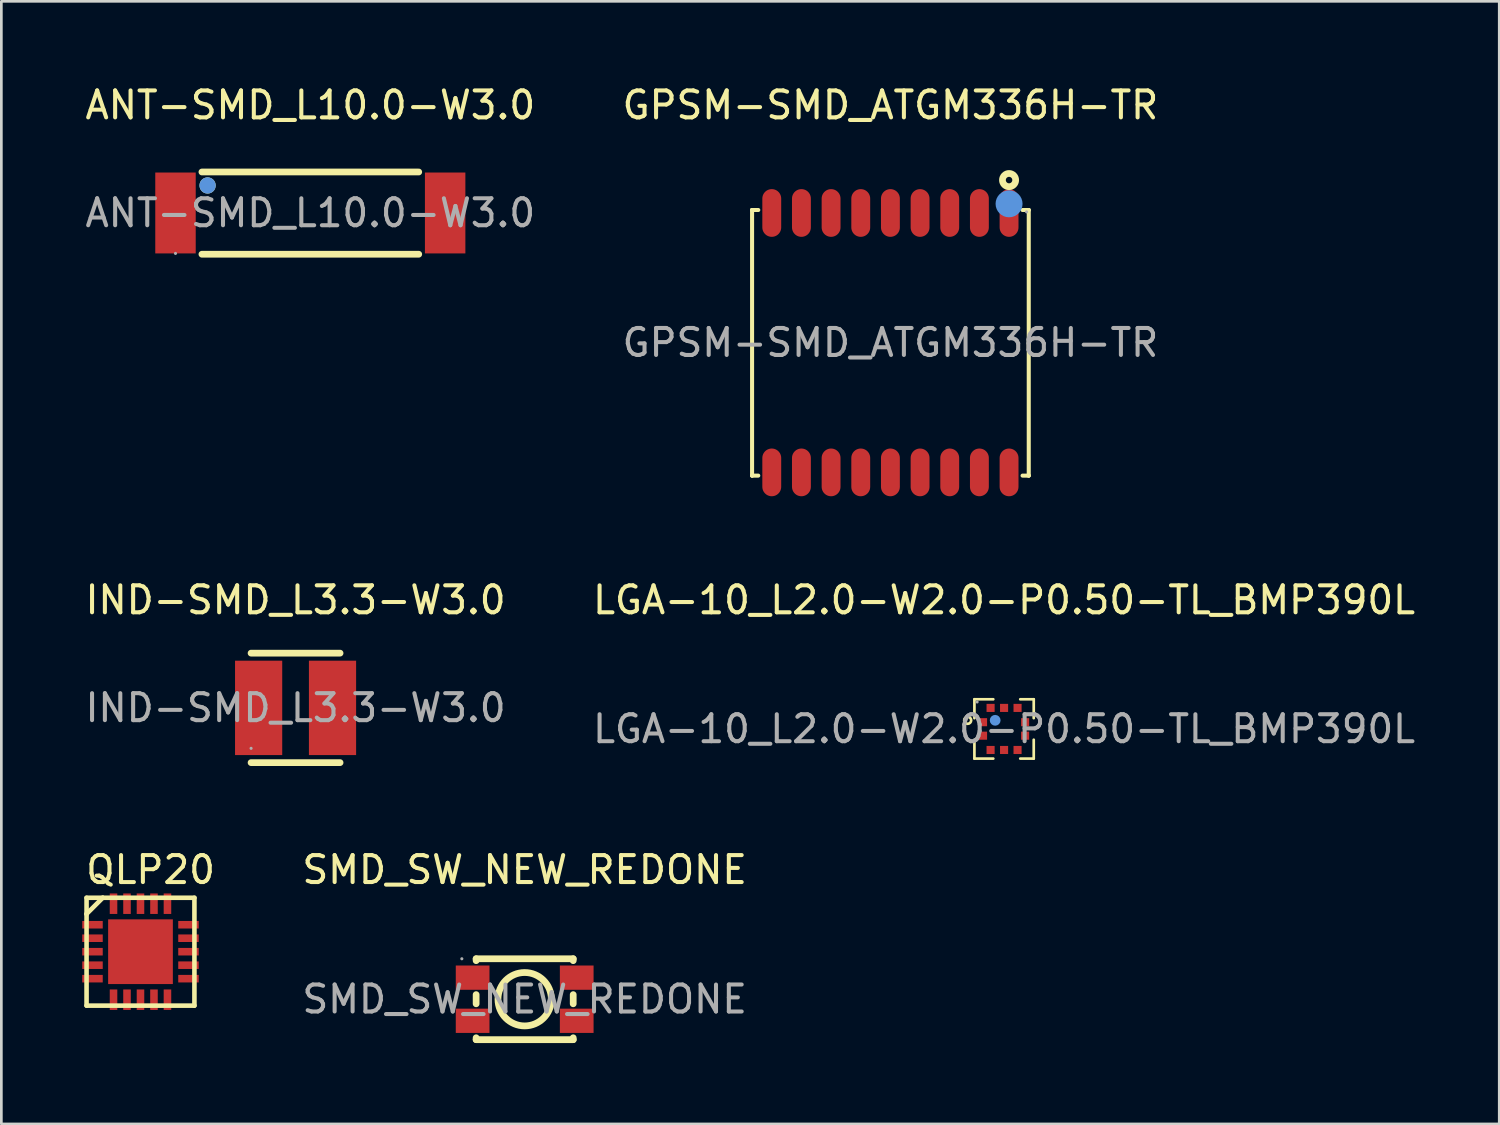
<source format=kicad_pcb>
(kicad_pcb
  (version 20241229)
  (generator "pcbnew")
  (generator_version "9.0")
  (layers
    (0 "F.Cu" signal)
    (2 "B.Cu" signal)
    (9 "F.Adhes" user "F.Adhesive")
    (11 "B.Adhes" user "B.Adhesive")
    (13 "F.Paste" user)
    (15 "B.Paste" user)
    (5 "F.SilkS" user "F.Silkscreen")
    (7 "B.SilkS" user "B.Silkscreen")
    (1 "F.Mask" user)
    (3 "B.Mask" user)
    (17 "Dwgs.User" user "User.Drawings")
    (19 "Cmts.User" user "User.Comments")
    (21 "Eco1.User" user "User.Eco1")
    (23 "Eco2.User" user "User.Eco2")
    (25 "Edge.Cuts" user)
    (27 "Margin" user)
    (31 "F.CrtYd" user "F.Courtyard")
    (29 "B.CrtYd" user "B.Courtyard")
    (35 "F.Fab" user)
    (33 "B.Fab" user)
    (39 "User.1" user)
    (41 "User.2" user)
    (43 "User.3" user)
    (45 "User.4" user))
  (footprint "LGA-10_L2.0-W2.0-P0.50-TL_BMP390L"
    (layer "F.Cu")
    (at 34.185 23.982)
    (property "Reference" "LGA-10_L2.0-W2.0-P0.50-TL_BMP390L" (at 0 -4.78 0) (layer "F.SilkS") (effects (font (size 1 1) (thickness 0.15))))
    (attr smd)
    (fp_line (start -1.1 -1.1) (end -1.1 -0.4) (stroke (width 0.1) (type solid)) (layer "F.SilkS"))
    (fp_line (start -1.1 0.4) (end -1.1 1.1) (stroke (width 0.1) (type solid)) (layer "F.SilkS"))
    (fp_line (start -1.1 1.1) (end -0.4 1.1) (stroke (width 0.1) (type solid)) (layer "F.SilkS"))
    (fp_line (start -0.4 -1.1) (end -1.1 -1.1) (stroke (width 0.1) (type solid)) (layer "F.SilkS"))
    (fp_line (start 1.1 -1.1) (end 0.6 -1.1) (stroke (width 0.1) (type solid)) (layer "F.SilkS"))
    (fp_line (start 1.1 -0.4) (end 1.1 -1.1) (stroke (width 0.1) (type solid)) (layer "F.SilkS"))
    (fp_line (start 1.1 0.4) (end 1.1 1.1) (stroke (width 0.1) (type solid)) (layer "F.SilkS"))
    (fp_line (start 1.1 1.1) (end 0.6 1.1) (stroke (width 0.1) (type solid)) (layer "F.SilkS"))
    (fp_circle (center -1.35 -0.32) (end -1.22 -0.32) (stroke (width 0.1) (type solid)) (fill no) (layer "F.SilkS"))
    (fp_circle (center -0.33 -0.32) (end -0.23 -0.32) (stroke (width 0.2) (type solid)) (fill no) (layer "Cmts.User"))
    (fp_circle (center -1 -1) (end -0.97 -1) (stroke (width 0.06) (type solid)) (fill no) (layer "F.Fab"))
    (fp_text user "${REFERENCE}" (at 0 0 0) (layer "F.Fab") (effects (font (size 1 1) (thickness 0.15))))
    (pad "1" smd rect (at -0.78 -0.25 90) (size 0.3 0.3) (layers "F.Cu" "F.Mask" "F.Paste"))
    (pad "2" smd rect (at -0.78 0.25 90) (size 0.3 0.3) (layers "F.Cu" "F.Mask" "F.Paste"))
    (pad "3" smd rect (at -0.5 0.78 90) (size 0.3 0.3) (layers "F.Cu" "F.Mask" "F.Paste"))
    (pad "4" smd rect (at 0 0.78 90) (size 0.3 0.3) (layers "F.Cu" "F.Mask" "F.Paste"))
    (pad "5" smd rect (at 0.5 0.78 90) (size 0.3 0.3) (layers "F.Cu" "F.Mask" "F.Paste"))
    (pad "6" smd rect (at 0.78 0.25 90) (size 0.3 0.3) (layers "F.Cu" "F.Mask" "F.Paste"))
    (pad "7" smd rect (at 0.78 -0.25 90) (size 0.3 0.3) (layers "F.Cu" "F.Mask" "F.Paste"))
    (pad "8" smd rect (at 0.5 -0.78 90) (size 0.3 0.3) (layers "F.Cu" "F.Mask" "F.Paste"))
    (pad "9" smd rect (at 0 -0.78 90) (size 0.3 0.3) (layers "F.Cu" "F.Mask" "F.Paste"))
    (pad "10" smd rect (at -0.5 -0.78 90) (size 0.3 0.3) (layers "F.Cu" "F.Mask" "F.Paste")))
  (footprint "ANT-SMD_L10.0-W3.0"
    (layer "F.Cu")
    (at 8.458 4.848)
    (property "Reference" "ANT-SMD_L10.0-W3.0" (at 0 -4 0) (layer "F.SilkS") (effects (font (size 1 1) (thickness 0.15))))
    (attr smd)
    (fp_line (start -4.02 -1.52) (end 4.02 -1.52) (stroke (width 0.25) (type solid)) (layer "F.SilkS"))
    (fp_line (start -4.02 1.53) (end 4.02 1.53) (stroke (width 0.25) (type solid)) (layer "F.SilkS"))
    (fp_circle (center -3.81 -1.02) (end -3.66 -1.02) (stroke (width 0.3) (type solid)) (fill no) (layer "F.SilkS"))
    (fp_circle (center -3.81 -1.02) (end -3.66 -1.02) (stroke (width 0.3) (type solid)) (fill no) (layer "Cmts.User"))
    (fp_circle (center -5 1.5) (end -4.97 1.5) (stroke (width 0.06) (type solid)) (fill no) (layer "F.Fab"))
    (fp_text user "${REFERENCE}" (at 0 0 0) (layer "F.Fab") (effects (font (size 1 1) (thickness 0.15))))
    (pad "1" smd rect (at -5 0) (size 1.5 3) (layers "F.Cu" "F.Mask" "F.Paste"))
    (pad "2" smd rect (at 5 0) (size 1.5 3) (layers "F.Cu" "F.Mask" "F.Paste")))
  (footprint "GPSM-SMD_ATGM336H-TR"
    (layer "F.Cu")
    (at 29.97 9.658)
    (property "Reference" "GPSM-SMD_ATGM336H-TR" (at 0 -8.81 0) (layer "F.SilkS") (effects (font (size 1 1) (thickness 0.15))))
    (attr smd)
    (fp_line (start -5.13 -4.92) (end -5.13 -4.92) (stroke (width 0.15) (type solid)) (layer "F.SilkS"))
    (fp_line (start -5.13 -4.92) (end -5.13 4.93) (stroke (width 0.15) (type solid)) (layer "F.SilkS"))
    (fp_line (start -5.13 4.93) (end -5.13 4.93) (stroke (width 0.15) (type solid)) (layer "F.SilkS"))
    (fp_line (start -5.13 4.93) (end -4.9 4.93) (stroke (width 0.15) (type solid)) (layer "F.SilkS"))
    (fp_line (start -4.9 -4.92) (end -5.13 -4.92) (stroke (width 0.15) (type solid)) (layer "F.SilkS"))
    (fp_line (start 4.9 -4.92) (end 5.13 -4.92) (stroke (width 0.15) (type solid)) (layer "F.SilkS"))
    (fp_line (start 5.13 -4.92) (end 5.13 -4.92) (stroke (width 0.15) (type solid)) (layer "F.SilkS"))
    (fp_line (start 5.13 -4.92) (end 5.13 4.93) (stroke (width 0.15) (type solid)) (layer "F.SilkS"))
    (fp_line (start 5.13 4.93) (end 4.9 4.93) (stroke (width 0.15) (type solid)) (layer "F.SilkS"))
    (fp_line (start 5.13 4.93) (end 5.13 4.93) (stroke (width 0.15) (type solid)) (layer "F.SilkS"))
    (fp_circle (center 4.4 -6.03) (end 4.52 -6.03) (stroke (width 0.25) (type solid)) (fill no) (layer "F.SilkS"))
    (fp_circle (center 4.4 -5.15) (end 4.65 -5.15) (stroke (width 0.5) (type solid)) (fill no) (layer "Cmts.User"))
    (fp_circle (center 5.05 -4.85) (end 5.08 -4.85) (stroke (width 0.06) (type solid)) (fill no) (layer "F.Fab"))
    (fp_text user "${REFERENCE}" (at 0 0 0) (layer "F.Fab") (effects (font (size 1 1) (thickness 0.15))))
    (pad "1" smd oval (at 4.4 -4.81 180) (size 0.7 1.77) (layers "F.Cu" "F.Mask" "F.Paste"))
    (pad "2" smd oval (at 3.3 -4.81 180) (size 0.7 1.77) (layers "F.Cu" "F.Mask" "F.Paste"))
    (pad "3" smd oval (at 2.2 -4.81 180) (size 0.7 1.77) (layers "F.Cu" "F.Mask" "F.Paste"))
    (pad "4" smd oval (at 1.1 -4.81 180) (size 0.7 1.77) (layers "F.Cu" "F.Mask" "F.Paste"))
    (pad "5" smd oval (at 0 -4.81 180) (size 0.7 1.77) (layers "F.Cu" "F.Mask" "F.Paste"))
    (pad "6" smd oval (at -1.1 -4.81 180) (size 0.7 1.77) (layers "F.Cu" "F.Mask" "F.Paste"))
    (pad "7" smd oval (at -2.2 -4.81 180) (size 0.7 1.77) (layers "F.Cu" "F.Mask" "F.Paste"))
    (pad "8" smd oval (at -3.3 -4.81 180) (size 0.7 1.77) (layers "F.Cu" "F.Mask" "F.Paste"))
    (pad "9" smd oval (at -4.4 -4.81 180) (size 0.7 1.77) (layers "F.Cu" "F.Mask" "F.Paste"))
    (pad "10" smd oval (at -4.4 4.81 180) (size 0.7 1.77) (layers "F.Cu" "F.Mask" "F.Paste"))
    (pad "11" smd oval (at -3.3 4.81 180) (size 0.7 1.77) (layers "F.Cu" "F.Mask" "F.Paste"))
    (pad "12" smd oval (at -2.2 4.81 180) (size 0.7 1.77) (layers "F.Cu" "F.Mask" "F.Paste"))
    (pad "13" smd oval (at -1.1 4.81 180) (size 0.7 1.77) (layers "F.Cu" "F.Mask" "F.Paste"))
    (pad "14" smd oval (at 0 4.81 180) (size 0.7 1.77) (layers "F.Cu" "F.Mask" "F.Paste"))
    (pad "15" smd oval (at 1.1 4.81 180) (size 0.7 1.77) (layers "F.Cu" "F.Mask" "F.Paste"))
    (pad "16" smd oval (at 2.2 4.81 180) (size 0.7 1.77) (layers "F.Cu" "F.Mask" "F.Paste"))
    (pad "17" smd oval (at 3.3 4.81 180) (size 0.7 1.77) (layers "F.Cu" "F.Mask" "F.Paste"))
    (pad "18" smd oval (at 4.4 4.81 180) (size 0.7 1.77) (layers "F.Cu" "F.Mask" "F.Paste")))
  (footprint "IND-SMD_L3.3-W3.0"
    (layer "F.Cu")
    (at 7.911 23.201)
    (property "Reference" "IND-SMD_L3.3-W3.0" (at 0 -4 0) (layer "F.SilkS") (effects (font (size 1 1) (thickness 0.15))))
    (attr smd)
    (fp_line (start -1.65 -2.03) (end 1.65 -2.03) (stroke (width 0.25) (type solid)) (layer "F.SilkS"))
    (fp_line (start -1.65 2.03) (end 1.65 2.03) (stroke (width 0.25) (type solid)) (layer "F.SilkS"))
    (fp_circle (center -1.65 1.5) (end -1.62 1.5) (stroke (width 0.06) (type solid)) (fill no) (layer "F.Fab"))
    (fp_text user "${REFERENCE}" (at 0 0 0) (layer "F.Fab") (effects (font (size 1 1) (thickness 0.15))))
    (pad "1" smd rect (at -1.37 0) (size 1.75 3.5) (layers "F.Cu" "F.Mask" "F.Paste"))
    (pad "2" smd rect (at 1.37 0) (size 1.75 3.5) (layers "F.Cu" "F.Mask" "F.Paste")))
  (footprint "SMD_SW_NEW_REDONE"
    (layer "F.Cu")
    (at 16.407 34.005)
    (property "Reference" "SMD_SW_NEW_REDONE" (at 0 -4.8 0) (layer "F.SilkS") (effects (font (size 1 1) (thickness 0.15))))
    (attr smd)
    (fp_line (start -1.8 -1.5) (end -1.8 -1.43) (stroke (width 0.25) (type solid)) (layer "F.SilkS"))
    (fp_line (start -1.8 -1.5) (end 1.8 -1.5) (stroke (width 0.25) (type solid)) (layer "F.SilkS"))
    (fp_line (start -1.8 -0.17) (end -1.8 0.17) (stroke (width 0.25) (type solid)) (layer "F.SilkS"))
    (fp_line (start -1.8 1.43) (end -1.8 1.5) (stroke (width 0.25) (type solid)) (layer "F.SilkS"))
    (fp_line (start -1.8 1.5) (end 1.8 1.5) (stroke (width 0.25) (type solid)) (layer "F.SilkS"))
    (fp_line (start 1.8 -1.5) (end 1.8 -1.43) (stroke (width 0.25) (type solid)) (layer "F.SilkS"))
    (fp_line (start 1.8 -0.17) (end 1.8 0.17) (stroke (width 0.25) (type solid)) (layer "F.SilkS"))
    (fp_line (start 1.8 1.43) (end 1.8 1.5) (stroke (width 0.25) (type solid)) (layer "F.SilkS"))
    (fp_circle (center 0 0) (end 0.99 0) (stroke (width 0.25) (type solid)) (fill no) (layer "F.SilkS"))
    (fp_circle (center -2.33 -1.5) (end -2.3 -1.5) (stroke (width 0.06) (type solid)) (fill no) (layer "F.Fab"))
    (fp_text user "${REFERENCE}" (at 0 0 0) (layer "F.Fab") (effects (font (size 1 1) (thickness 0.15))))
    (pad "1" smd rect (at -1.93 -0.8 90) (size 0.9 1.25) (layers "F.Cu" "F.Mask" "F.Paste"))
    (pad "1" smd rect (at 1.93 -0.8 90) (size 0.9 1.25) (layers "F.Cu" "F.Mask" "F.Paste"))
    (pad "2" smd rect (at -1.93 0.8 90) (size 0.9 1.25) (layers "F.Cu" "F.Mask" "F.Paste"))
    (pad "2" smd rect (at 1.93 0.8 90) (size 0.9 1.25) (layers "F.Cu" "F.Mask" "F.Paste")))
  (footprint "QLP20"
    (layer "F.Cu")
    (at 2.16 32.243)
    (property "Reference" "QLP20" (at 0.375 -3.038 0) (layer "F.SilkS") (effects (font (size 1.001 1.001) (thickness 0.15))))
    (attr smd)
    (fp_line (start -2 -2) (end -1.4 -2) (stroke (width 0.17) (type solid)) (layer "F.SilkS"))
    (fp_line (start -2 -1.4) (end -2 -2) (stroke (width 0.17) (type solid)) (layer "F.SilkS"))
    (fp_line (start -2 -1.4) (end -1.4 -2) (stroke (width 0.17) (type solid)) (layer "F.SilkS"))
    (fp_line (start -2 2) (end -2 -1.4) (stroke (width 0.17) (type solid)) (layer "F.SilkS"))
    (fp_line (start -1.4 -2) (end 2 -2) (stroke (width 0.17) (type solid)) (layer "F.SilkS"))
    (fp_line (start 2 -2) (end 2 2) (stroke (width 0.17) (type solid)) (layer "F.SilkS"))
    (fp_line (start 2 2) (end -2 2) (stroke (width 0.17) (type solid)) (layer "F.SilkS"))
    (pad "1" smd rect (at -1.78 -1) (size 0.76 0.28) (layers "F.Cu" "F.Mask" "F.Paste"))
    (pad "2" smd rect (at -1.78 -0.5) (size 0.76 0.28) (layers "F.Cu" "F.Mask" "F.Paste"))
    (pad "3" smd rect (at -1.78 0) (size 0.76 0.28) (layers "F.Cu" "F.Mask" "F.Paste"))
    (pad "4" smd rect (at -1.78 0.5) (size 0.76 0.28) (layers "F.Cu" "F.Mask" "F.Paste"))
    (pad "5" smd rect (at -1.78 1) (size 0.76 0.28) (layers "F.Cu" "F.Mask" "F.Paste"))
    (pad "6" smd rect (at -1 1.78) (size 0.28 0.76) (layers "F.Cu" "F.Mask" "F.Paste"))
    (pad "7" smd rect (at -0.5 1.78) (size 0.28 0.76) (layers "F.Cu" "F.Mask" "F.Paste"))
    (pad "8" smd rect (at 0 1.78) (size 0.28 0.76) (layers "F.Cu" "F.Mask" "F.Paste"))
    (pad "9" smd rect (at 0.5 1.78) (size 0.28 0.76) (layers "F.Cu" "F.Mask" "F.Paste"))
    (pad "10" smd rect (at 1 1.78) (size 0.28 0.76) (layers "F.Cu" "F.Mask" "F.Paste"))
    (pad "11" smd rect (at 1.78 1) (size 0.76 0.28) (layers "F.Cu" "F.Mask" "F.Paste"))
    (pad "12" smd rect (at 1.78 0.5) (size 0.76 0.28) (layers "F.Cu" "F.Mask" "F.Paste"))
    (pad "13" smd rect (at 1.78 0) (size 0.76 0.28) (layers "F.Cu" "F.Mask" "F.Paste"))
    (pad "14" smd rect (at 1.78 -0.5) (size 0.76 0.28) (layers "F.Cu" "F.Mask" "F.Paste"))
    (pad "15" smd rect (at 1.78 -1) (size 0.76 0.28) (layers "F.Cu" "F.Mask" "F.Paste"))
    (pad "16" smd rect (at 1 -1.78) (size 0.28 0.76) (layers "F.Cu" "F.Mask" "F.Paste"))
    (pad "17" smd rect (at 0.5 -1.78) (size 0.28 0.76) (layers "F.Cu" "F.Mask" "F.Paste"))
    (pad "18" smd rect (at 0 -1.78) (size 0.28 0.76) (layers "F.Cu" "F.Mask" "F.Paste"))
    (pad "19" smd rect (at -0.5 -1.78) (size 0.28 0.76) (layers "F.Cu" "F.Mask" "F.Paste"))
    (pad "20" smd rect (at -1 -1.78) (size 0.28 0.76) (layers "F.Cu" "F.Mask" "F.Paste"))
    (pad "DAP" smd rect (at 0 0) (size 2.4 2.4) (layers "F.Cu" "F.Mask" "F.Paste")))
  (gr_rect
    (start -3 -3)
    (end 52.548 38.63)
    (stroke (width 0.1) (type default))
    (fill no)
    (layer "Edge.Cuts")))
</source>
